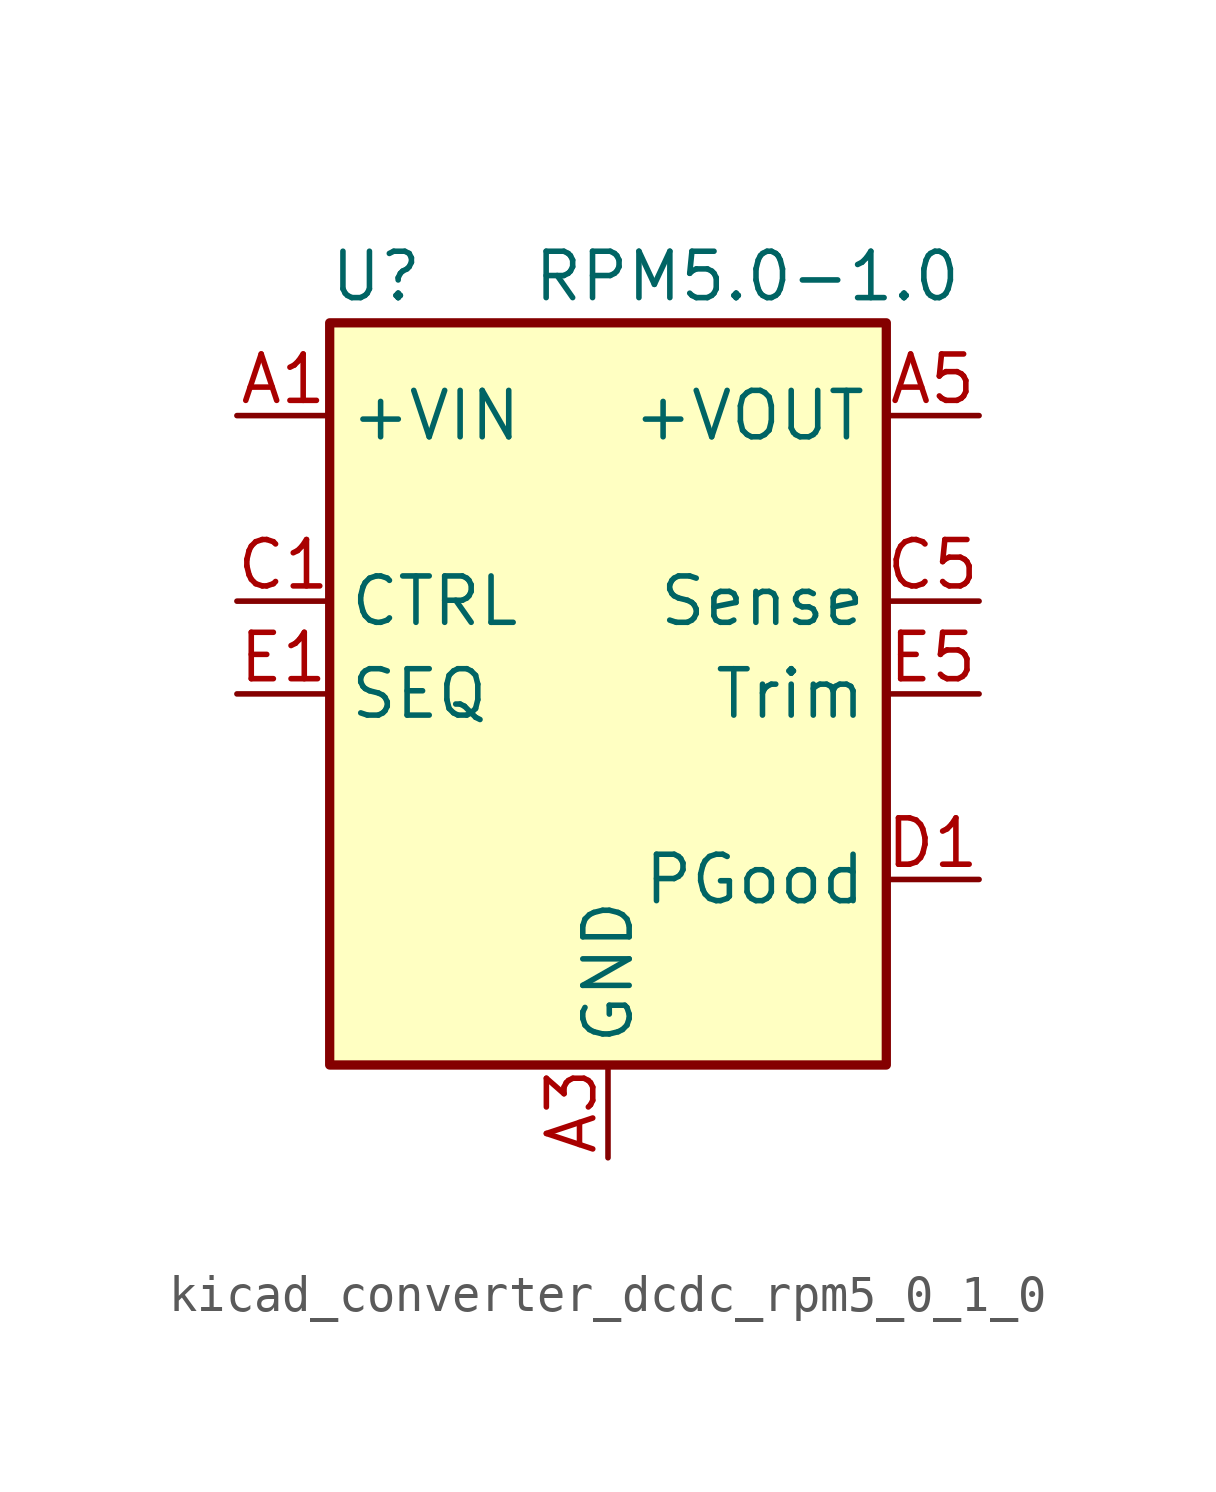
<source format=kicad_sym>
(kicad_symbol_lib
  (version 20220914)
  (generator kicad_symbol_editor)
  (symbol "kicad_converter_dcdc_rpm5_0_1_0"
    (property "Reference" "U"
      (at -6.35 11.43 0)
      (effects (font (size 1.27 1.27))))
    (property "Value" "RPM5.0-1.0"
      (at 3.81 11.43 0)
      (effects (font (size 1.27 1.27))))
    (symbol "kicad_converter_dcdc_rpm5_0_1_0_0_1"
      (rectangle (start -7.62 10.16) (end 7.62 -10.16) (stroke (width 0.254) (type default)) (fill (type background))))
    (symbol "kicad_converter_dcdc_rpm5_0_1_0_1_1"
      (pin power_in line (at -10.16 7.62 0) (length 2.54) (name "+VIN" (effects (font (size 1.27 1.27)))) (number "A1" (effects (font (size 1.27 1.27)))))
      (pin passive line (at -10.16 7.62 0) (length 2.54) hide (name "+VIN" (effects (font (size 1.27 1.27)))) (number "A2" (effects (font (size 1.27 1.27)))))
      (pin power_in line (at 0 -12.7 90) (length 2.54) (name "GND" (effects (font (size 1.27 1.27)))) (number "A3" (effects (font (size 1.27 1.27)))))
      (pin passive line (at 0 -12.7 90) (length 2.54) hide (name "GND" (effects (font (size 1.27 1.27)))) (number "A4" (effects (font (size 1.27 1.27)))))
      (pin power_out line (at 10.16 7.62 180) (length 2.54) (name "+VOUT" (effects (font (size 1.27 1.27)))) (number "A5" (effects (font (size 1.27 1.27)))))
      (pin passive line (at 0 -12.7 90) (length 2.54) hide (name "GND" (effects (font (size 1.27 1.27)))) (number "B1" (effects (font (size 1.27 1.27)))))
      (pin passive line (at 0 -12.7 90) (length 2.54) hide (name "GND" (effects (font (size 1.27 1.27)))) (number "B2" (effects (font (size 1.27 1.27)))))
      (pin passive line (at 0 -12.7 90) (length 2.54) hide (name "GND" (effects (font (size 1.27 1.27)))) (number "B3" (effects (font (size 1.27 1.27)))))
      (pin passive line (at 0 -12.7 90) (length 2.54) hide (name "GND" (effects (font (size 1.27 1.27)))) (number "B4" (effects (font (size 1.27 1.27)))))
      (pin passive line (at 10.16 7.62 180) (length 2.54) hide (name "+VOUT" (effects (font (size 1.27 1.27)))) (number "B5" (effects (font (size 1.27 1.27)))))
      (pin input line (at -10.16 2.54 0) (length 2.54) (name "CTRL" (effects (font (size 1.27 1.27)))) (number "C1" (effects (font (size 1.27 1.27)))))
      (pin passive line (at 0 -12.7 90) (length 2.54) hide (name "GND" (effects (font (size 1.27 1.27)))) (number "C2" (effects (font (size 1.27 1.27)))))
      (pin passive line (at 0 -12.7 90) (length 2.54) hide (name "GND" (effects (font (size 1.27 1.27)))) (number "C3" (effects (font (size 1.27 1.27)))))
      (pin passive line (at 0 -12.7 90) (length 2.54) hide (name "GND" (effects (font (size 1.27 1.27)))) (number "C4" (effects (font (size 1.27 1.27)))))
      (pin input line (at 10.16 2.54 180) (length 2.54) (name "Sense" (effects (font (size 1.27 1.27)))) (number "C5" (effects (font (size 1.27 1.27)))))
      (pin output line (at 10.16 -5.08 180) (length 2.54) (name "PGood" (effects (font (size 1.27 1.27)))) (number "D1" (effects (font (size 1.27 1.27)))))
      (pin passive line (at 0 -12.7 90) (length 2.54) hide (name "GND" (effects (font (size 1.27 1.27)))) (number "D2" (effects (font (size 1.27 1.27)))))
      (pin passive line (at 0 -12.7 90) (length 2.54) hide (name "GND" (effects (font (size 1.27 1.27)))) (number "D3" (effects (font (size 1.27 1.27)))))
      (pin passive line (at 0 -12.7 90) (length 2.54) hide (name "GND" (effects (font (size 1.27 1.27)))) (number "D4" (effects (font (size 1.27 1.27)))))
      (pin passive line (at 0 -12.7 90) (length 2.54) hide (name "GND" (effects (font (size 1.27 1.27)))) (number "D5" (effects (font (size 1.27 1.27)))))
      (pin passive line (at -10.16 0 0) (length 2.54) (name "SEQ" (effects (font (size 1.27 1.27)))) (number "E1" (effects (font (size 1.27 1.27)))))
      (pin no_connect line (at -7.62 -5.08 0) (length 2.54) hide (name "NC" (effects (font (size 1.27 1.27)))) (number "E2" (effects (font (size 1.27 1.27)))))
      (pin passive line (at 0 -12.7 90) (length 2.54) hide (name "GND" (effects (font (size 1.27 1.27)))) (number "E3" (effects (font (size 1.27 1.27)))))
      (pin passive line (at 0 -12.7 90) (length 2.54) hide (name "GND" (effects (font (size 1.27 1.27)))) (number "E4" (effects (font (size 1.27 1.27)))))
      (pin input line (at 10.16 0 180) (length 2.54) (name "Trim" (effects (font (size 1.27 1.27)))) (number "E5" (effects (font (size 1.27 1.27))))))))
</source>
